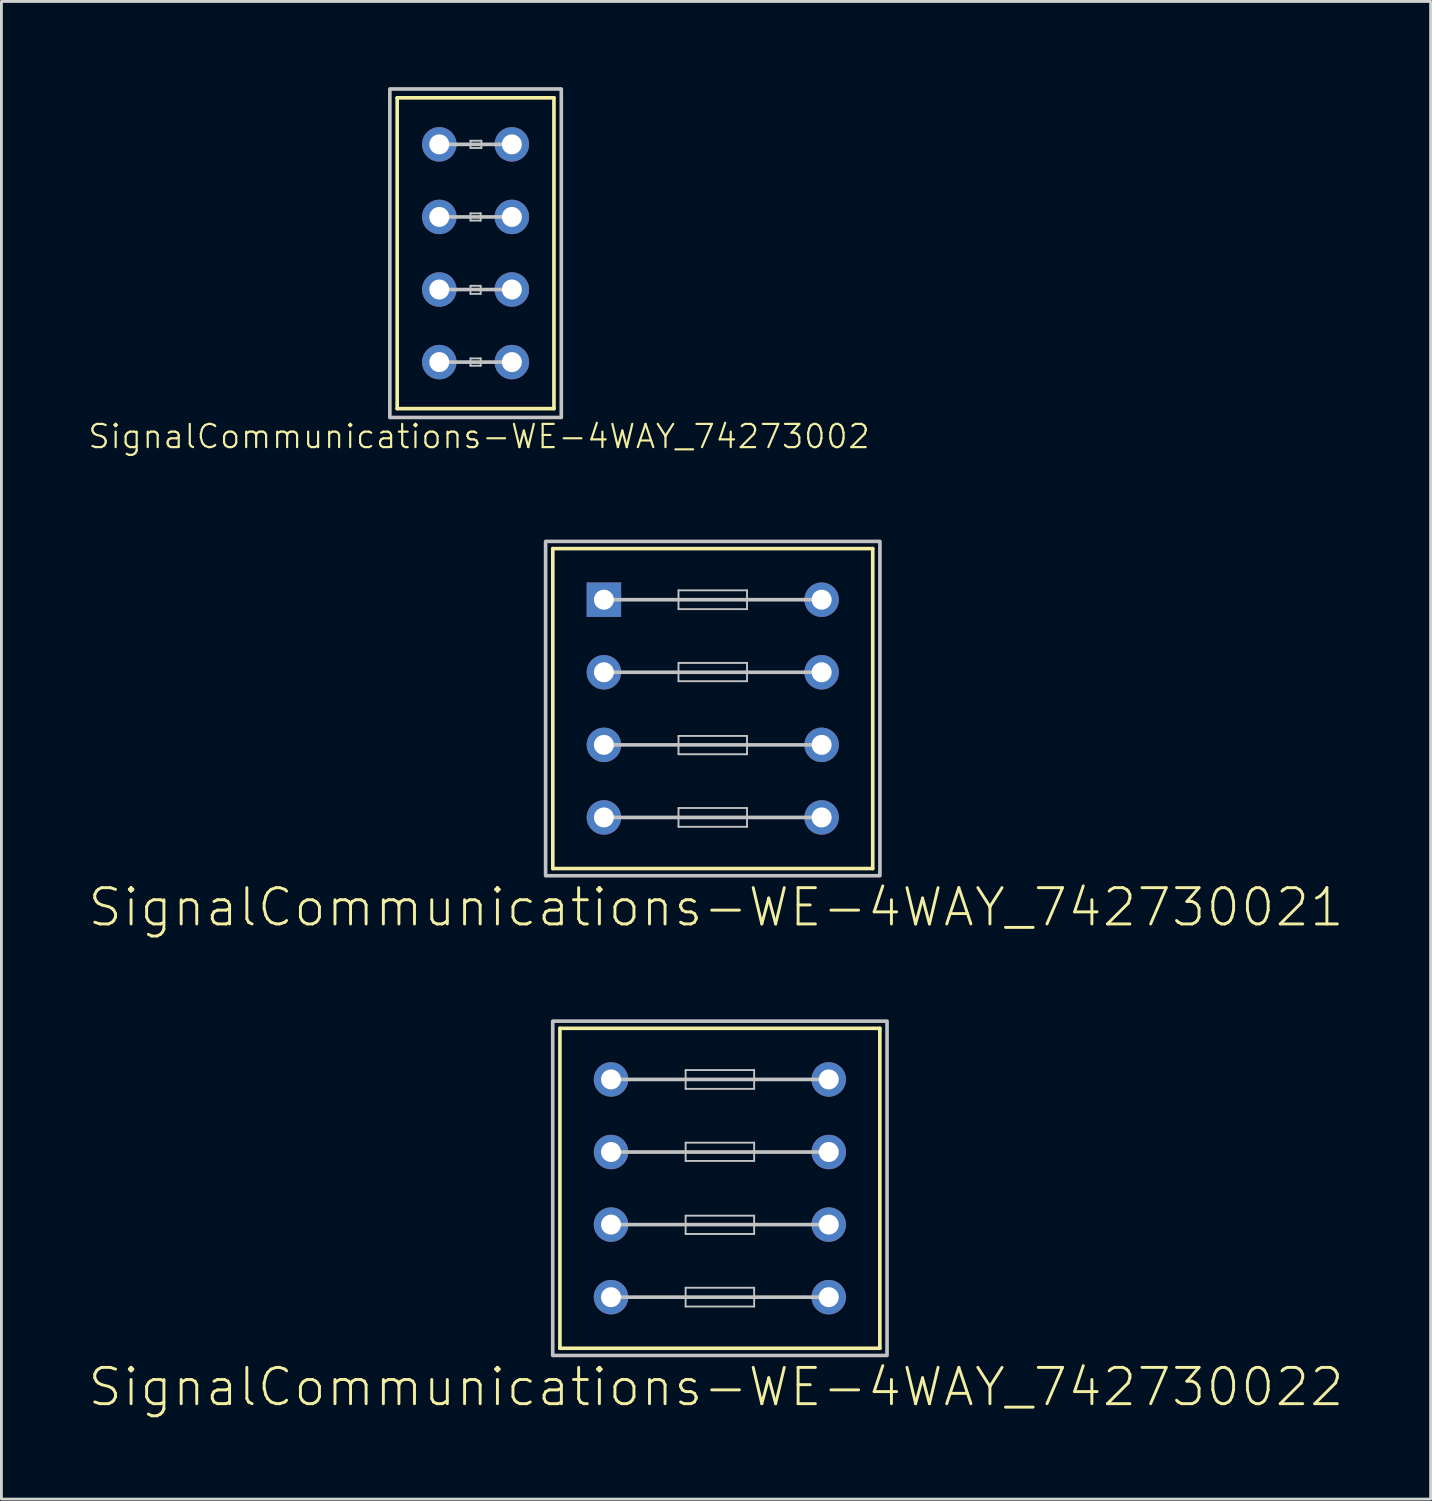
<source format=kicad_pcb>
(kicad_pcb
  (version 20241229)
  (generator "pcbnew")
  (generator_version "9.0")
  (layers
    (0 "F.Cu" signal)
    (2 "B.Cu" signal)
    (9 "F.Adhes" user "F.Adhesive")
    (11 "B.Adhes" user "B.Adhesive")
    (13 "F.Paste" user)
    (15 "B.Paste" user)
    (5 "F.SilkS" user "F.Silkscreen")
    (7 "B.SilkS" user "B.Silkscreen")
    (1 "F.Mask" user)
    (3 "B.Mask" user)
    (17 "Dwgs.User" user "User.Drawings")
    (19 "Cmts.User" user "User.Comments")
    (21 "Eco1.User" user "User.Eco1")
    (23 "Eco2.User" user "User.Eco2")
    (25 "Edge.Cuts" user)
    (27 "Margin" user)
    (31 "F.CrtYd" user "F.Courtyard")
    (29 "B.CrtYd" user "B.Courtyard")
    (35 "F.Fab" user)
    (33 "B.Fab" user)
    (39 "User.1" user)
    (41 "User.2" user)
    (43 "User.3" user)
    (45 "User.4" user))
  (footprint "SignalCommunications-WE-4WAY_742730021"
    (layer "F.Cu")
    (at 21.894 21.747)
    (property "Reference" "SignalCommunications-WE-4WAY_742730021" (at 0.114 6.955 0) (layer "F.SilkS") (effects (font (size 1.27 1.27) (thickness 0.102))))
    (attr exclude_from_pos_files exclude_from_bom)
    (fp_line (start -5.598 -5.598) (end -5.598 5.598) (stroke (width 0.127) (type solid)) (layer "F.SilkS"))
    (fp_line (start -5.598 5.598) (end 5.598 5.598) (stroke (width 0.127) (type solid)) (layer "F.SilkS"))
    (fp_line (start 5.598 -5.598) (end -5.598 -5.598) (stroke (width 0.127) (type solid)) (layer "F.SilkS"))
    (fp_line (start 5.598 5.598) (end 5.598 -5.598) (stroke (width 0.127) (type solid)) (layer "F.SilkS"))
    (fp_line (start -3.81 -3.81) (end 3.81 -3.81) (stroke (width 0.127) (type solid)) (layer "Dwgs.User"))
    (fp_line (start -3.81 -1.27) (end 3.81 -1.27) (stroke (width 0.127) (type solid)) (layer "Dwgs.User"))
    (fp_line (start -3.81 1.27) (end 3.81 1.27) (stroke (width 0.127) (type solid)) (layer "Dwgs.User"))
    (fp_line (start -3.81 3.81) (end 3.81 3.81) (stroke (width 0.127) (type solid)) (layer "Dwgs.User"))
    (fp_line (start -1.199 -4.138) (end 1.199 -4.138) (stroke (width 0.066) (type solid)) (layer "Dwgs.User"))
    (fp_line (start -1.199 -3.48) (end -1.199 -4.138) (stroke (width 0.066) (type solid)) (layer "Dwgs.User"))
    (fp_line (start -1.199 -3.48) (end 1.199 -3.48) (stroke (width 0.066) (type solid)) (layer "Dwgs.User"))
    (fp_line (start -1.199 -1.598) (end 1.199 -1.598) (stroke (width 0.066) (type solid)) (layer "Dwgs.User"))
    (fp_line (start -1.199 -0.958) (end -1.199 -1.598) (stroke (width 0.066) (type solid)) (layer "Dwgs.User"))
    (fp_line (start -1.199 -0.958) (end 1.199 -0.958) (stroke (width 0.066) (type solid)) (layer "Dwgs.User"))
    (fp_line (start -1.199 0.958) (end 1.199 0.958) (stroke (width 0.066) (type solid)) (layer "Dwgs.User"))
    (fp_line (start -1.199 1.598) (end -1.199 0.958) (stroke (width 0.066) (type solid)) (layer "Dwgs.User"))
    (fp_line (start -1.199 1.598) (end 1.199 1.598) (stroke (width 0.066) (type solid)) (layer "Dwgs.User"))
    (fp_line (start -1.199 3.48) (end 1.199 3.48) (stroke (width 0.066) (type solid)) (layer "Dwgs.User"))
    (fp_line (start -1.199 4.138) (end -1.199 3.48) (stroke (width 0.066) (type solid)) (layer "Dwgs.User"))
    (fp_line (start -1.199 4.138) (end 1.199 4.138) (stroke (width 0.066) (type solid)) (layer "Dwgs.User"))
    (fp_line (start 1.199 -3.48) (end 1.199 -4.138) (stroke (width 0.066) (type solid)) (layer "Dwgs.User"))
    (fp_line (start 1.199 -0.958) (end 1.199 -1.598) (stroke (width 0.066) (type solid)) (layer "Dwgs.User"))
    (fp_line (start 1.199 1.598) (end 1.199 0.958) (stroke (width 0.066) (type solid)) (layer "Dwgs.User"))
    (fp_line (start 1.199 4.138) (end 1.199 3.48) (stroke (width 0.066) (type solid)) (layer "Dwgs.User"))
    (fp_poly (pts (xy -5.85 -5.85) (xy 5.85 -5.85) (xy 5.85 5.85) (xy -5.85 5.85) (xy -5.85 -5.85)) (stroke (width 0.127) (type solid)) (fill no) (layer "Dwgs.User"))
    (pad "1" thru_hole rect (at -3.81 -3.81) (size 1.206 1.206) (drill 0.699) (layers "*.Cu" "*.Paste" "*.Mask"))
    (pad "2" thru_hole circle (at 3.81 -3.81) (size 1.206 1.206) (drill 0.699) (layers "*.Cu" "*.Paste" "*.Mask"))
    (pad "3" thru_hole circle (at -3.81 -1.27) (size 1.206 1.206) (drill 0.699) (layers "*.Cu" "*.Paste" "*.Mask"))
    (pad "4" thru_hole circle (at 3.81 -1.27) (size 1.206 1.206) (drill 0.699) (layers "*.Cu" "*.Paste" "*.Mask"))
    (pad "5" thru_hole circle (at -3.81 1.27) (size 1.206 1.206) (drill 0.699) (layers "*.Cu" "*.Paste" "*.Mask"))
    (pad "6" thru_hole circle (at 3.81 1.27) (size 1.206 1.206) (drill 0.699) (layers "*.Cu" "*.Paste" "*.Mask"))
    (pad "7" thru_hole circle (at -3.81 3.81) (size 1.206 1.206) (drill 0.699) (layers "*.Cu" "*.Paste" "*.Mask"))
    (pad "8" thru_hole circle (at 3.81 3.81) (size 1.206 1.206) (drill 0.699) (layers "*.Cu" "*.Paste" "*.Mask")))
  (footprint "SignalCommunications-WE-4WAY_74273002"
    (layer "F.Cu")
    (at 13.593 5.812)
    (property "Reference" "SignalCommunications-WE-4WAY_74273002" (at 0.122 6.413 0) (layer "F.SilkS") (effects (font (size 0.813 0.813) (thickness 0.076))))
    (attr exclude_from_pos_files exclude_from_bom)
    (fp_line (start -2.743 -5.438) (end -2.743 5.438) (stroke (width 0.127) (type solid)) (layer "F.SilkS"))
    (fp_line (start -2.743 5.438) (end 2.743 5.438) (stroke (width 0.127) (type solid)) (layer "F.SilkS"))
    (fp_line (start 2.743 -5.438) (end -2.743 -5.438) (stroke (width 0.127) (type solid)) (layer "F.SilkS"))
    (fp_line (start 2.743 5.438) (end 2.743 -5.438) (stroke (width 0.127) (type solid)) (layer "F.SilkS"))
    (fp_line (start -1.27 -1.27) (end 1.27 -1.27) (stroke (width 0.127) (type solid)) (layer "Dwgs.User"))
    (fp_line (start -1.27 1.27) (end 1.27 1.27) (stroke (width 0.127) (type solid)) (layer "Dwgs.User"))
    (fp_line (start -1.27 3.81) (end 1.27 3.81) (stroke (width 0.127) (type solid)) (layer "Dwgs.User"))
    (fp_line (start -0.178 -3.937) (end 0.203 -3.937) (stroke (width 0.066) (type solid)) (layer "Dwgs.User"))
    (fp_line (start -0.178 -3.683) (end -0.178 -3.937) (stroke (width 0.066) (type solid)) (layer "Dwgs.User"))
    (fp_line (start -0.178 -3.683) (end 0.203 -3.683) (stroke (width 0.066) (type solid)) (layer "Dwgs.User"))
    (fp_line (start -0.178 -1.397) (end 0.178 -1.397) (stroke (width 0.066) (type solid)) (layer "Dwgs.User"))
    (fp_line (start -0.178 -1.143) (end -0.178 -1.397) (stroke (width 0.066) (type solid)) (layer "Dwgs.User"))
    (fp_line (start -0.178 -1.143) (end 0.178 -1.143) (stroke (width 0.066) (type solid)) (layer "Dwgs.User"))
    (fp_line (start -0.178 1.14) (end 0.178 1.14) (stroke (width 0.066) (type solid)) (layer "Dwgs.User"))
    (fp_line (start -0.178 1.422) (end -0.178 1.14) (stroke (width 0.066) (type solid)) (layer "Dwgs.User"))
    (fp_line (start -0.178 1.422) (end 0.178 1.422) (stroke (width 0.066) (type solid)) (layer "Dwgs.User"))
    (fp_line (start -0.178 3.68) (end 0.178 3.68) (stroke (width 0.066) (type solid)) (layer "Dwgs.User"))
    (fp_line (start -0.178 3.937) (end -0.178 3.68) (stroke (width 0.066) (type solid)) (layer "Dwgs.User"))
    (fp_line (start -0.178 3.937) (end 0.178 3.937) (stroke (width 0.066) (type solid)) (layer "Dwgs.User"))
    (fp_line (start 0.178 -1.143) (end 0.178 -1.397) (stroke (width 0.066) (type solid)) (layer "Dwgs.User"))
    (fp_line (start 0.178 1.422) (end 0.178 1.14) (stroke (width 0.066) (type solid)) (layer "Dwgs.User"))
    (fp_line (start 0.178 3.937) (end 0.178 3.68) (stroke (width 0.066) (type solid)) (layer "Dwgs.User"))
    (fp_line (start 0.203 -3.683) (end 0.203 -3.937) (stroke (width 0.066) (type solid)) (layer "Dwgs.User"))
    (fp_line (start 1.27 -3.81) (end -1.27 -3.81) (stroke (width 0.127) (type solid)) (layer "Dwgs.User"))
    (fp_poly (pts (xy -3 -5.748) (xy 3 -5.748) (xy 3 5.748) (xy -3 5.748) (xy -3 -5.748)) (stroke (width 0.127) (type solid)) (fill no) (layer "Dwgs.User"))
    (pad "1" thru_hole circle (at -1.27 -3.81) (size 1.206 1.206) (drill 0.699) (layers "*.Cu" "*.Paste" "*.Mask"))
    (pad "2" thru_hole circle (at 1.27 -3.81) (size 1.206 1.206) (drill 0.699) (layers "*.Cu" "*.Paste" "*.Mask"))
    (pad "3" thru_hole circle (at -1.27 -1.27) (size 1.206 1.206) (drill 0.699) (layers "*.Cu" "*.Paste" "*.Mask"))
    (pad "4" thru_hole circle (at 1.27 -1.27) (size 1.206 1.206) (drill 0.699) (layers "*.Cu" "*.Paste" "*.Mask"))
    (pad "5" thru_hole circle (at -1.27 1.27) (size 1.206 1.206) (drill 0.699) (layers "*.Cu" "*.Paste" "*.Mask"))
    (pad "6" thru_hole circle (at 1.27 1.27) (size 1.206 1.206) (drill 0.699) (layers "*.Cu" "*.Paste" "*.Mask"))
    (pad "7" thru_hole circle (at -1.27 3.81) (size 1.206 1.206) (drill 0.699) (layers "*.Cu" "*.Paste" "*.Mask"))
    (pad "8" thru_hole circle (at 1.27 3.81) (size 1.206 1.206) (drill 0.699) (layers "*.Cu" "*.Paste" "*.Mask")))
  (footprint "SignalCommunications-WE-4WAY_742730022"
    (layer "F.Cu")
    (at 22.143 38.536)
    (property "Reference" "SignalCommunications-WE-4WAY_742730022" (at -0.135 6.955 0) (layer "F.SilkS") (effects (font (size 1.27 1.27) (thickness 0.102))))
    (attr exclude_from_pos_files exclude_from_bom)
    (fp_line (start -5.598 -5.598) (end -5.598 5.598) (stroke (width 0.127) (type solid)) (layer "F.SilkS"))
    (fp_line (start -5.598 5.598) (end 5.598 5.598) (stroke (width 0.127) (type solid)) (layer "F.SilkS"))
    (fp_line (start 5.598 -5.598) (end -5.598 -5.598) (stroke (width 0.127) (type solid)) (layer "F.SilkS"))
    (fp_line (start 5.598 5.598) (end 5.598 -5.598) (stroke (width 0.127) (type solid)) (layer "F.SilkS"))
    (fp_line (start -3.81 -3.81) (end 3.81 -3.81) (stroke (width 0.127) (type solid)) (layer "Dwgs.User"))
    (fp_line (start -3.81 -1.27) (end 3.81 -1.27) (stroke (width 0.127) (type solid)) (layer "Dwgs.User"))
    (fp_line (start -3.81 1.27) (end 3.81 1.27) (stroke (width 0.127) (type solid)) (layer "Dwgs.User"))
    (fp_line (start -3.81 3.81) (end 3.81 3.81) (stroke (width 0.127) (type solid)) (layer "Dwgs.User"))
    (fp_line (start -1.199 -4.138) (end 1.199 -4.138) (stroke (width 0.066) (type solid)) (layer "Dwgs.User"))
    (fp_line (start -1.199 -3.48) (end -1.199 -4.138) (stroke (width 0.066) (type solid)) (layer "Dwgs.User"))
    (fp_line (start -1.199 -3.48) (end 1.199 -3.48) (stroke (width 0.066) (type solid)) (layer "Dwgs.User"))
    (fp_line (start -1.199 -1.598) (end 1.199 -1.598) (stroke (width 0.066) (type solid)) (layer "Dwgs.User"))
    (fp_line (start -1.199 -0.958) (end -1.199 -1.598) (stroke (width 0.066) (type solid)) (layer "Dwgs.User"))
    (fp_line (start -1.199 -0.958) (end 1.199 -0.958) (stroke (width 0.066) (type solid)) (layer "Dwgs.User"))
    (fp_line (start -1.199 0.958) (end 1.199 0.958) (stroke (width 0.066) (type solid)) (layer "Dwgs.User"))
    (fp_line (start -1.199 1.598) (end -1.199 0.958) (stroke (width 0.066) (type solid)) (layer "Dwgs.User"))
    (fp_line (start -1.199 1.598) (end 1.199 1.598) (stroke (width 0.066) (type solid)) (layer "Dwgs.User"))
    (fp_line (start -1.199 3.48) (end 1.199 3.48) (stroke (width 0.066) (type solid)) (layer "Dwgs.User"))
    (fp_line (start -1.199 4.138) (end -1.199 3.48) (stroke (width 0.066) (type solid)) (layer "Dwgs.User"))
    (fp_line (start -1.199 4.138) (end 1.199 4.138) (stroke (width 0.066) (type solid)) (layer "Dwgs.User"))
    (fp_line (start 1.199 -3.48) (end 1.199 -4.138) (stroke (width 0.066) (type solid)) (layer "Dwgs.User"))
    (fp_line (start 1.199 -0.958) (end 1.199 -1.598) (stroke (width 0.066) (type solid)) (layer "Dwgs.User"))
    (fp_line (start 1.199 1.598) (end 1.199 0.958) (stroke (width 0.066) (type solid)) (layer "Dwgs.User"))
    (fp_line (start 1.199 4.138) (end 1.199 3.48) (stroke (width 0.066) (type solid)) (layer "Dwgs.User"))
    (fp_poly (pts (xy -5.85 -5.85) (xy 5.85 -5.85) (xy 5.85 5.85) (xy -5.85 5.85) (xy -5.85 -5.85)) (stroke (width 0.127) (type solid)) (fill no) (layer "Dwgs.User"))
    (pad "1" thru_hole circle (at -3.81 -3.81) (size 1.206 1.206) (drill 0.699) (layers "*.Cu" "*.Paste" "*.Mask"))
    (pad "2" thru_hole circle (at 3.81 -3.81) (size 1.206 1.206) (drill 0.699) (layers "*.Cu" "*.Paste" "*.Mask"))
    (pad "3" thru_hole circle (at -3.81 -1.27) (size 1.206 1.206) (drill 0.699) (layers "*.Cu" "*.Paste" "*.Mask"))
    (pad "4" thru_hole circle (at 3.81 -1.27) (size 1.206 1.206) (drill 0.699) (layers "*.Cu" "*.Paste" "*.Mask"))
    (pad "5" thru_hole circle (at -3.81 1.27) (size 1.206 1.206) (drill 0.699) (layers "*.Cu" "*.Paste" "*.Mask"))
    (pad "6" thru_hole circle (at 3.81 1.27) (size 1.206 1.206) (drill 0.699) (layers "*.Cu" "*.Paste" "*.Mask"))
    (pad "7" thru_hole circle (at -3.81 3.81) (size 1.206 1.206) (drill 0.699) (layers "*.Cu" "*.Paste" "*.Mask"))
    (pad "8" thru_hole circle (at 3.81 3.81) (size 1.206 1.206) (drill 0.699) (layers "*.Cu" "*.Paste" "*.Mask")))
  (gr_rect
    (start -3 -3)
    (end 47.017 49.412)
    (stroke (width 0.1) (type default))
    (fill no)
    (layer "Edge.Cuts")))
</source>
